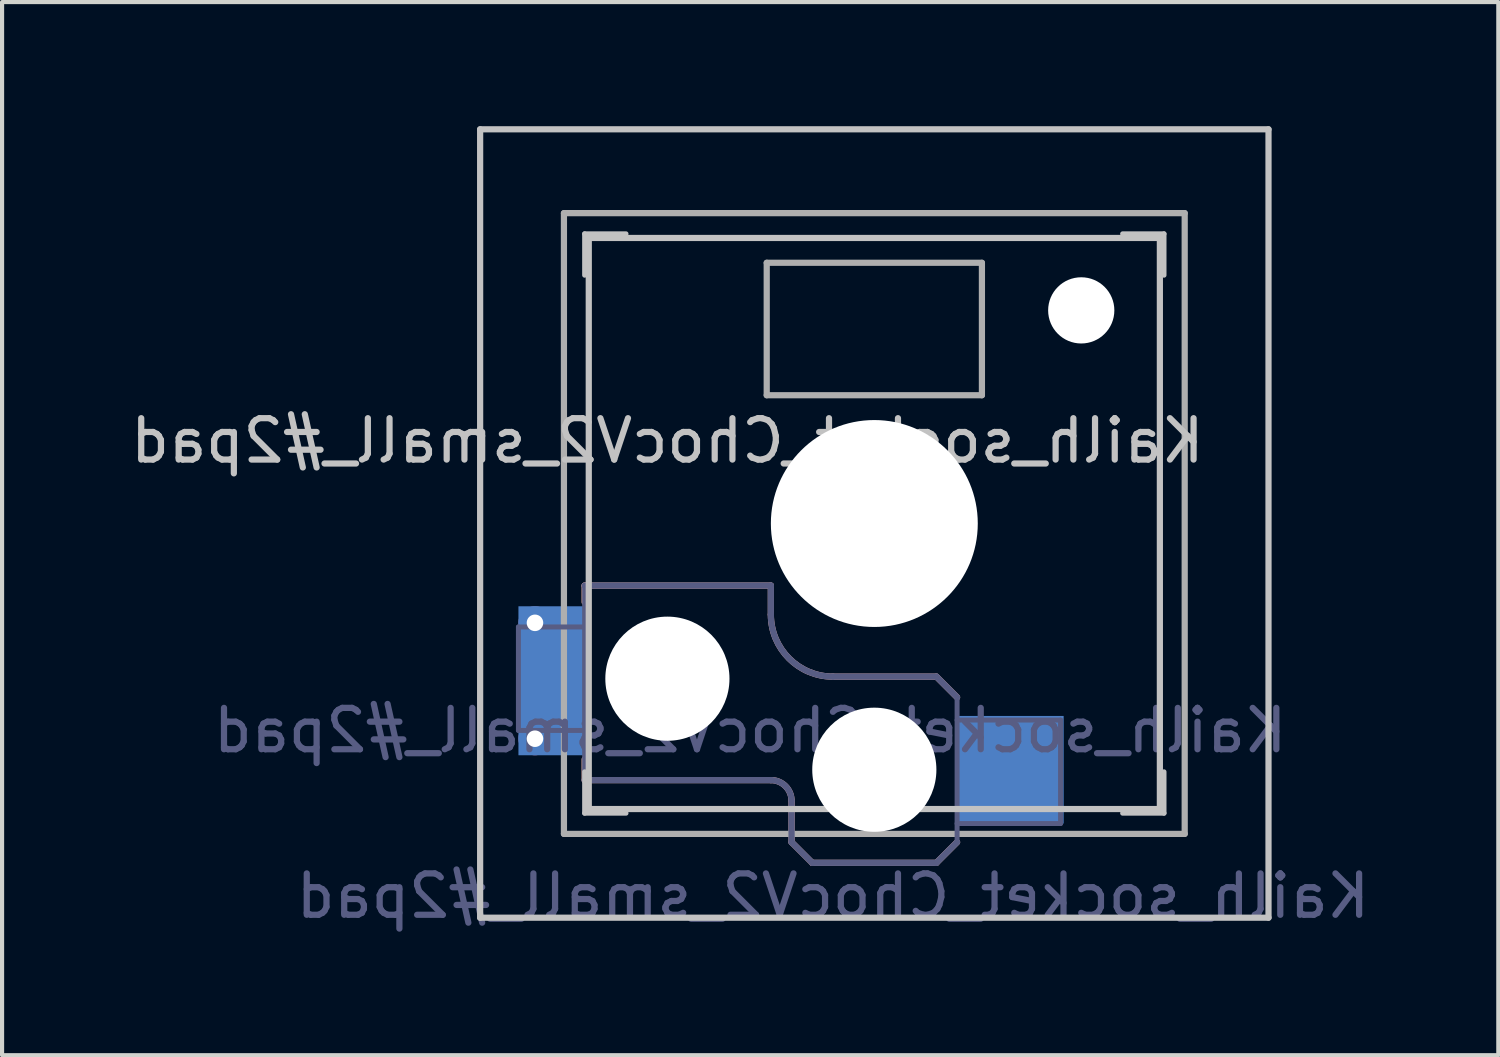
<source format=kicad_pcb>
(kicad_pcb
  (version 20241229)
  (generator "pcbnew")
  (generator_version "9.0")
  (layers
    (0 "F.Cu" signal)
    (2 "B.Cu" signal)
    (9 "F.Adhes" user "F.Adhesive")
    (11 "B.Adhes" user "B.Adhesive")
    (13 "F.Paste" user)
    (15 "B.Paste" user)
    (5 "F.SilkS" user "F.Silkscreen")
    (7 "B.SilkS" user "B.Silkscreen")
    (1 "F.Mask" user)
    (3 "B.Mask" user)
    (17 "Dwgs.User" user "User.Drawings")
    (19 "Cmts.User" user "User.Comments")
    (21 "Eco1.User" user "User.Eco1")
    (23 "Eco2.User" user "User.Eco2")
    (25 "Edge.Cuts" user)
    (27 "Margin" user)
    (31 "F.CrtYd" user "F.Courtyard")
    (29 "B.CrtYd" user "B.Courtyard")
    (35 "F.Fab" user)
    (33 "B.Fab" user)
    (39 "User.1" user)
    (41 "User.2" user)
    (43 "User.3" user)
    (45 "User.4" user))
  (footprint "Kailh_socket_ChocV2_small_#2pad"
    (layer "F.Cu")
    (at 18.077 9.6)
    (property "Reference" "Kailh_socket_ChocV2_small_#2pad" (at -5 -2 0) (layer "Dwgs.User") (effects (font (size 1 1) (thickness 0.15)) (justify mirror)))
    (property "Value" "Kailh_socket_ChocV2_small_#2pad" (at 0 8.255 0) (layer "F.Fab") (hide yes) (effects (font (size 1 1) (thickness 0.15))))
    (attr through_hole)
    (fp_line (start -7 1.5) (end -7 1.9) (stroke (width 0.15) (type solid)) (layer "B.SilkS"))
    (fp_line (start -7 5.7) (end -7 6.2) (stroke (width 0.15) (type solid)) (layer "B.SilkS"))
    (fp_line (start -7 6.2) (end -2.5 6.2) (stroke (width 0.15) (type solid)) (layer "B.SilkS"))
    (fp_line (start -2.5 1.5) (end -7 1.5) (stroke (width 0.15) (type solid)) (layer "B.SilkS"))
    (fp_line (start -2.5 2.2) (end -2.5 1.5) (stroke (width 0.15) (type solid)) (layer "B.SilkS"))
    (fp_line (start -2 6.7) (end -2 7.7) (stroke (width 0.15) (type solid)) (layer "B.SilkS"))
    (fp_line (start -1.5 8.2) (end -2 7.7) (stroke (width 0.15) (type solid)) (layer "B.SilkS"))
    (fp_line (start 1.5 3.7) (end -1 3.7) (stroke (width 0.15) (type solid)) (layer "B.SilkS"))
    (fp_line (start 1.5 8.2) (end -1.5 8.2) (stroke (width 0.15) (type solid)) (layer "B.SilkS"))
    (fp_line (start 2 4.2) (end 1.5 3.7) (stroke (width 0.15) (type solid)) (layer "B.SilkS"))
    (fp_line (start 2 7.7) (end 1.5 8.2) (stroke (width 0.15) (type solid)) (layer "B.SilkS"))
    (fp_arc (start -2.5 6.2) (mid -2.146447 6.346447) (end -2 6.7) (stroke (width 0.15) (type solid)) (layer "B.SilkS"))
    (fp_arc (start -1 3.7) (mid -2.06066 3.26066) (end -2.5 2.2) (stroke (width 0.15) (type solid)) (layer "B.SilkS"))
    (fp_line (start -9.525 -9.525) (end 9.525 -9.525) (stroke (width 0.15) (type solid)) (layer "Dwgs.User"))
    (fp_line (start -9.525 9.525) (end -9.525 -9.525) (stroke (width 0.15) (type solid)) (layer "Dwgs.User"))
    (fp_line (start -7 -7) (end -7 -6) (stroke (width 0.12) (type solid)) (layer "Dwgs.User"))
    (fp_line (start -7 -7) (end -6 -7) (stroke (width 0.12) (type solid)) (layer "Dwgs.User"))
    (fp_line (start -7 7) (end -7 6) (stroke (width 0.12) (type solid)) (layer "Dwgs.User"))
    (fp_line (start -7 7) (end -6 7) (stroke (width 0.12) (type solid)) (layer "Dwgs.User"))
    (fp_line (start -6.9 6.9) (end -6.9 -6.9) (stroke (width 0.15) (type solid)) (layer "Dwgs.User"))
    (fp_line (start -6.9 6.9) (end 6.9 6.9) (stroke (width 0.15) (type solid)) (layer "Dwgs.User"))
    (fp_line (start 6.9 -6.9) (end -6.9 -6.9) (stroke (width 0.15) (type solid)) (layer "Dwgs.User"))
    (fp_line (start 6.9 -6.9) (end 6.9 6.9) (stroke (width 0.15) (type solid)) (layer "Dwgs.User"))
    (fp_line (start 7 -7) (end 6 -7) (stroke (width 0.12) (type solid)) (layer "Dwgs.User"))
    (fp_line (start 7 -7) (end 7 -6) (stroke (width 0.12) (type solid)) (layer "Dwgs.User"))
    (fp_line (start 7 7) (end 6 7) (stroke (width 0.12) (type solid)) (layer "Dwgs.User"))
    (fp_line (start 7 7) (end 7 6) (stroke (width 0.12) (type solid)) (layer "Dwgs.User"))
    (fp_line (start 9.525 -9.525) (end 9.525 9.525) (stroke (width 0.15) (type solid)) (layer "Dwgs.User"))
    (fp_line (start 9.525 9.525) (end -9.525 9.525) (stroke (width 0.15) (type solid)) (layer "Dwgs.User"))
    (fp_line (start -8.6 2.5) (end -7 2.5) (stroke (width 0.12) (type solid)) (layer "B.Fab"))
    (fp_line (start -8.6 5) (end -8.6 2.5) (stroke (width 0.12) (type solid)) (layer "B.Fab"))
    (fp_line (start -7 1.5) (end -7 6.2) (stroke (width 0.12) (type solid)) (layer "B.Fab"))
    (fp_line (start -7 5) (end -8.6 5) (stroke (width 0.12) (type solid)) (layer "B.Fab"))
    (fp_line (start -7 6.2) (end -2.5 6.2) (stroke (width 0.15) (type solid)) (layer "B.Fab"))
    (fp_line (start -2.5 1.5) (end -7 1.5) (stroke (width 0.15) (type solid)) (layer "B.Fab"))
    (fp_line (start -2.5 2.2) (end -2.5 1.5) (stroke (width 0.15) (type solid)) (layer "B.Fab"))
    (fp_line (start -2 6.7) (end -2 7.7) (stroke (width 0.15) (type solid)) (layer "B.Fab"))
    (fp_line (start -1.5 8.2) (end -2 7.7) (stroke (width 0.15) (type solid)) (layer "B.Fab"))
    (fp_line (start 1.5 3.7) (end -1 3.7) (stroke (width 0.15) (type solid)) (layer "B.Fab"))
    (fp_line (start 1.5 8.2) (end -1.5 8.2) (stroke (width 0.15) (type solid)) (layer "B.Fab"))
    (fp_line (start 2 4.2) (end 1.5 3.7) (stroke (width 0.15) (type solid)) (layer "B.Fab"))
    (fp_line (start 2 4.25) (end 2 7.7) (stroke (width 0.12) (type solid)) (layer "B.Fab"))
    (fp_line (start 2 4.75) (end 4.5 4.75) (stroke (width 0.12) (type solid)) (layer "B.Fab"))
    (fp_line (start 2 7.7) (end 1.5 8.2) (stroke (width 0.15) (type solid)) (layer "B.Fab"))
    (fp_line (start 4.5 4.75) (end 4.5 7.25) (stroke (width 0.12) (type solid)) (layer "B.Fab"))
    (fp_line (start 4.5 7.25) (end 2 7.25) (stroke (width 0.12) (type solid)) (layer "B.Fab"))
    (fp_arc (start -2.5 6.2) (mid -2.146447 6.346447) (end -2 6.7) (stroke (width 0.15) (type solid)) (layer "B.Fab"))
    (fp_arc (start -1 3.7) (mid -2.06066 3.26066) (end -2.5 2.2) (stroke (width 0.15) (type solid)) (layer "B.Fab"))
    (fp_line (start -7.5 -7.5) (end 7.5 -7.5) (stroke (width 0.15) (type solid)) (layer "F.Fab"))
    (fp_line (start -7.5 7.5) (end -7.5 -7.5) (stroke (width 0.15) (type solid)) (layer "F.Fab"))
    (fp_line (start -2.6 -3.1) (end -2.6 -6.3) (stroke (width 0.15) (type solid)) (layer "F.Fab"))
    (fp_line (start -2.6 -3.1) (end 2.6 -3.1) (stroke (width 0.15) (type solid)) (layer "F.Fab"))
    (fp_line (start 2.6 -6.3) (end -2.6 -6.3) (stroke (width 0.15) (type solid)) (layer "F.Fab"))
    (fp_line (start 2.6 -3.1) (end 2.6 -6.3) (stroke (width 0.15) (type solid)) (layer "F.Fab"))
    (fp_line (start 7.5 -7.5) (end 7.5 7.5) (stroke (width 0.15) (type solid)) (layer "F.Fab"))
    (fp_line (start 7.5 7.5) (end -7.5 7.5) (stroke (width 0.15) (type solid)) (layer "F.Fab"))
    (fp_text user "${REFERENCE}" (at -3 5 0) (layer "B.Fab") (effects (font (size 1 1) (thickness 0.15)) (justify mirror)))
    (fp_text user "${VALUE}" (at -1 9 0) (layer "B.Fab") (effects (font (size 1 1) (thickness 0.15)) (justify mirror)))
    (pad "" np_thru_hole circle (at -5 3.75) (size 3 3) (drill 3) (layers "*.Cu" "*.Mask"))
    (pad "" np_thru_hole circle (at 0 0) (size 5 5) (drill 5) (layers "*.Cu" "*.Mask"))
    (pad "" np_thru_hole circle (at 0 5.95) (size 3 3) (drill 3) (layers "*.Cu" "*.Mask"))
    (pad "" np_thru_hole circle (at 5 -5.15) (size 1.6 1.6) (drill 1.6) (layers "*.Cu" "*.Mask"))
    (pad "1" smd rect (at 3.275 5.95) (size 2.6 2.6) (layers "B.Cu" "B.Mask" "B.Paste"))
    (pad "2" thru_hole circle (at -8.2 2.4) (size 0.8 0.8) (drill 0.4) (layers "*.Cu" "*.Mask"))
    (pad "2" thru_hole circle (at -8.2 5.2) (size 0.8 0.8) (drill 0.4) (layers "*.Cu" "*.Mask"))
    (pad "2" smd rect (at -7.787 3.8) (size 1.625 3.6) (layers "B.Cu" "B.Mask" "B.Paste")))
  (gr_rect
    (start -3 -3)
    (end 33.155 22.448)
    (stroke (width 0.1) (type default))
    (fill no)
    (layer "Edge.Cuts")))
</source>
